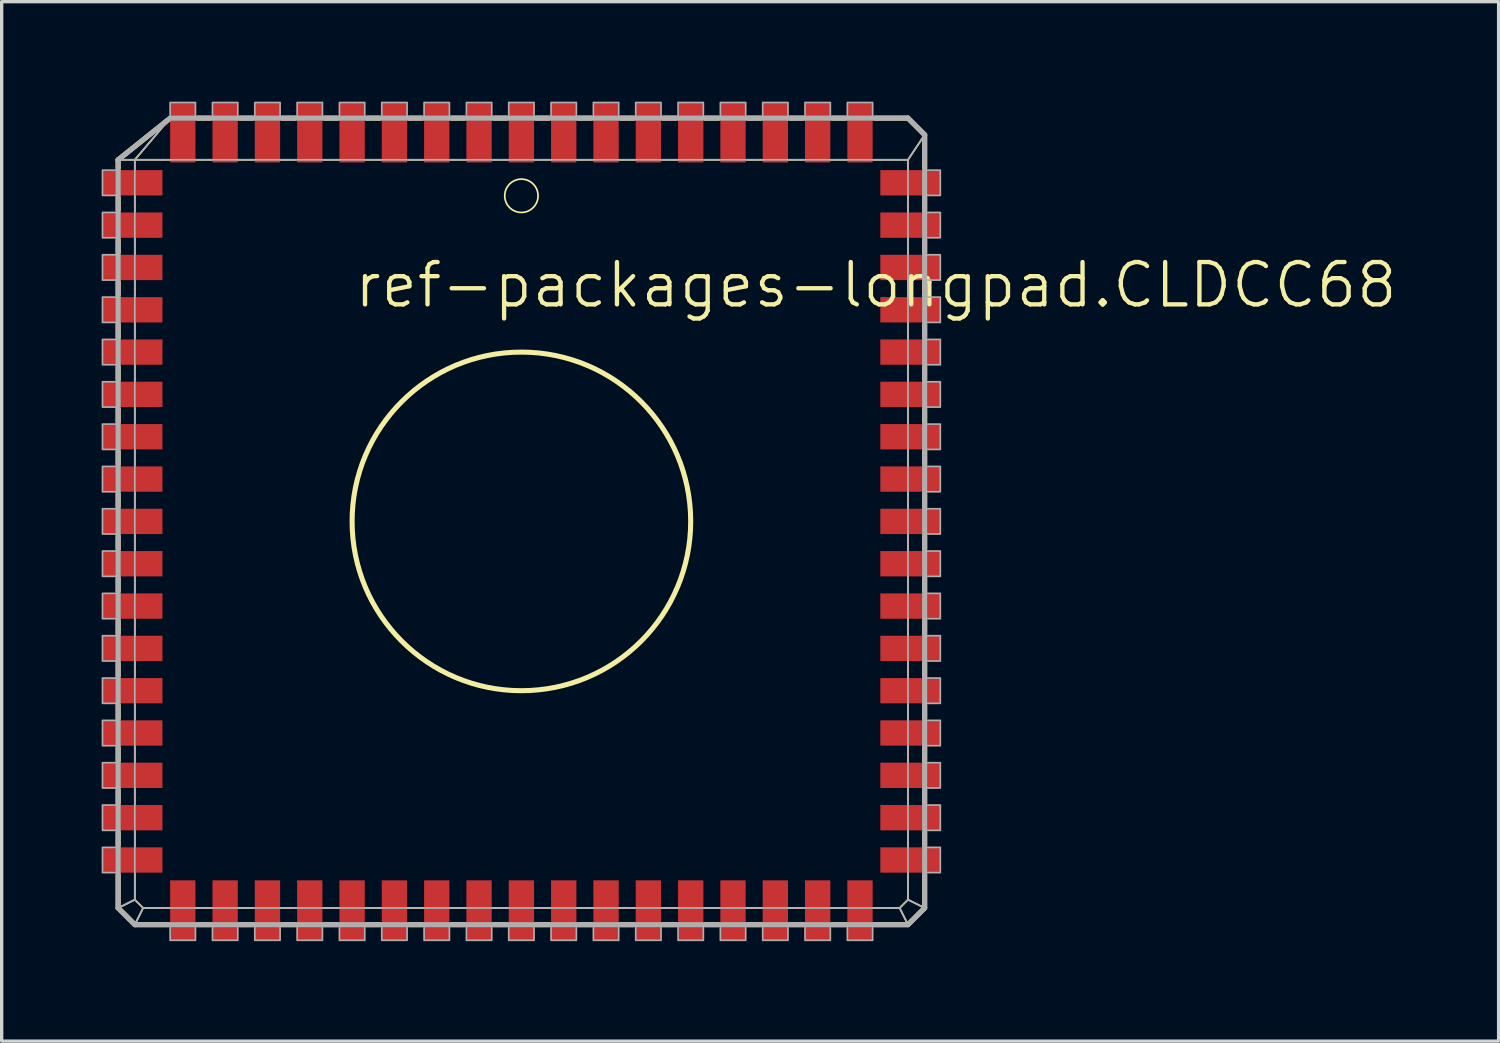
<source format=kicad_pcb>
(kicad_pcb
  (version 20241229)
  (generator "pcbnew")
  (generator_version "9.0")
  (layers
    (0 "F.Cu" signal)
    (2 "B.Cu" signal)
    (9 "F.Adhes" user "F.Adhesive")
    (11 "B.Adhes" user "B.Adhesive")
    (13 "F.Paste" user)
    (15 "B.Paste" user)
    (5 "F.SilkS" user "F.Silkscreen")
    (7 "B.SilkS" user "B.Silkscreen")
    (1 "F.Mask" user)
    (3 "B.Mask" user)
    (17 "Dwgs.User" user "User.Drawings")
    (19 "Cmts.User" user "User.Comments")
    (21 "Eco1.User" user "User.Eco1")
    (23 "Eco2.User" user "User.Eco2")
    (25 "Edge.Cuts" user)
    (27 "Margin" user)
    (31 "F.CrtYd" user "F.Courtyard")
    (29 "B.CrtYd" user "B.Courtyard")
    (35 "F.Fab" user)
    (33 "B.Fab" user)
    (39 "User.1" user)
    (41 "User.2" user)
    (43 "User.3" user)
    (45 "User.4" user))
  (footprint "ref-packages-longpad.CLDCC68"
    (layer "F.Cu")
    (at 12.595 12.595)
    (property "Reference" "ref-packages-longpad.CLDCC68" (at -5.08 -6.35 0) (layer "F.SilkS") (effects (font (size 1.27 1.27) (thickness 0.13)) (justify left bottom)))
    (attr smd)
    (fp_line (start -12.1 -10.85) (end -11.6 -10.85) (stroke (width 0.051) (type default)) (layer "F.SilkS"))
    (fp_line (start -12.1 -10.85) (end -10.6 -12.05) (stroke (width 0.152) (type default)) (layer "F.SilkS"))
    (fp_line (start -12.1 -10.6) (end -12.1 -10.85) (stroke (width 0.152) (type default)) (layer "F.SilkS"))
    (fp_line (start -12.1 -9.33) (end -12.1 -9.72) (stroke (width 0.152) (type default)) (layer "F.SilkS"))
    (fp_line (start -12.1 -8.06) (end -12.1 -8.45) (stroke (width 0.152) (type default)) (layer "F.SilkS"))
    (fp_line (start -12.1 -6.79) (end -12.1 -7.18) (stroke (width 0.152) (type default)) (layer "F.SilkS"))
    (fp_line (start -12.1 -5.52) (end -12.1 -5.91) (stroke (width 0.152) (type default)) (layer "F.SilkS"))
    (fp_line (start -12.1 -4.25) (end -12.1 -4.64) (stroke (width 0.152) (type default)) (layer "F.SilkS"))
    (fp_line (start -12.1 -2.98) (end -12.1 -3.37) (stroke (width 0.152) (type default)) (layer "F.SilkS"))
    (fp_line (start -12.1 -1.71) (end -12.1 -2.1) (stroke (width 0.152) (type default)) (layer "F.SilkS"))
    (fp_line (start -12.1 -0.44) (end -12.1 -0.83) (stroke (width 0.152) (type default)) (layer "F.SilkS"))
    (fp_line (start -12.1 0.83) (end -12.1 0.44) (stroke (width 0.152) (type default)) (layer "F.SilkS"))
    (fp_line (start -12.1 2.1) (end -12.1 1.71) (stroke (width 0.152) (type default)) (layer "F.SilkS"))
    (fp_line (start -12.1 3.37) (end -12.1 2.98) (stroke (width 0.152) (type default)) (layer "F.SilkS"))
    (fp_line (start -12.1 4.64) (end -12.1 4.25) (stroke (width 0.152) (type default)) (layer "F.SilkS"))
    (fp_line (start -12.1 5.91) (end -12.1 5.52) (stroke (width 0.152) (type default)) (layer "F.SilkS"))
    (fp_line (start -12.1 7.18) (end -12.1 6.79) (stroke (width 0.152) (type default)) (layer "F.SilkS"))
    (fp_line (start -12.1 8.45) (end -12.1 8.06) (stroke (width 0.152) (type default)) (layer "F.SilkS"))
    (fp_line (start -12.1 9.72) (end -12.1 9.33) (stroke (width 0.152) (type default)) (layer "F.SilkS"))
    (fp_line (start -12.1 11.6) (end -12.1 10.6) (stroke (width 0.152) (type default)) (layer "F.SilkS"))
    (fp_line (start -12.1 11.6) (end -11.6 11.35) (stroke (width 0.051) (type default)) (layer "F.SilkS"))
    (fp_line (start -11.6 -10.85) (end -10.56 -12.08) (stroke (width 0.051) (type default)) (layer "F.SilkS"))
    (fp_line (start -11.6 -10.85) (end -10.56 -10.85) (stroke (width 0.051) (type default)) (layer "F.SilkS"))
    (fp_line (start -11.6 -10.56) (end -11.6 -10.85) (stroke (width 0.051) (type default)) (layer "F.SilkS"))
    (fp_line (start -11.6 -9.29) (end -11.6 -9.76) (stroke (width 0.051) (type default)) (layer "F.SilkS"))
    (fp_line (start -11.6 -8.02) (end -11.6 -8.49) (stroke (width 0.051) (type default)) (layer "F.SilkS"))
    (fp_line (start -11.6 -6.75) (end -11.6 -7.22) (stroke (width 0.051) (type default)) (layer "F.SilkS"))
    (fp_line (start -11.6 -5.48) (end -11.6 -5.95) (stroke (width 0.051) (type default)) (layer "F.SilkS"))
    (fp_line (start -11.6 -4.21) (end -11.6 -4.68) (stroke (width 0.051) (type default)) (layer "F.SilkS"))
    (fp_line (start -11.6 -2.94) (end -11.6 -3.41) (stroke (width 0.051) (type default)) (layer "F.SilkS"))
    (fp_line (start -11.6 -1.67) (end -11.6 -2.14) (stroke (width 0.051) (type default)) (layer "F.SilkS"))
    (fp_line (start -11.6 -0.4) (end -11.6 -0.87) (stroke (width 0.051) (type default)) (layer "F.SilkS"))
    (fp_line (start -11.6 0.87) (end -11.6 0.4) (stroke (width 0.051) (type default)) (layer "F.SilkS"))
    (fp_line (start -11.6 2.14) (end -11.6 1.67) (stroke (width 0.051) (type default)) (layer "F.SilkS"))
    (fp_line (start -11.6 3.41) (end -11.6 2.94) (stroke (width 0.051) (type default)) (layer "F.SilkS"))
    (fp_line (start -11.6 4.68) (end -11.6 4.21) (stroke (width 0.051) (type default)) (layer "F.SilkS"))
    (fp_line (start -11.6 5.95) (end -11.6 5.48) (stroke (width 0.051) (type default)) (layer "F.SilkS"))
    (fp_line (start -11.6 7.22) (end -11.6 6.75) (stroke (width 0.051) (type default)) (layer "F.SilkS"))
    (fp_line (start -11.6 8.49) (end -11.6 8.02) (stroke (width 0.051) (type default)) (layer "F.SilkS"))
    (fp_line (start -11.6 9.76) (end -11.6 9.29) (stroke (width 0.051) (type default)) (layer "F.SilkS"))
    (fp_line (start -11.6 11.35) (end -11.6 10.56) (stroke (width 0.051) (type default)) (layer "F.SilkS"))
    (fp_line (start -11.6 12.1) (end -12.1 11.6) (stroke (width 0.152) (type default)) (layer "F.SilkS"))
    (fp_line (start -11.6 12.1) (end -11.35 11.6) (stroke (width 0.051) (type default)) (layer "F.SilkS"))
    (fp_line (start -11.35 11.6) (end -11.6 11.35) (stroke (width 0.051) (type default)) (layer "F.SilkS"))
    (fp_line (start -10.6 12.1) (end -11.6 12.1) (stroke (width 0.152) (type default)) (layer "F.SilkS"))
    (fp_line (start -10.56 11.6) (end -11.35 11.6) (stroke (width 0.051) (type default)) (layer "F.SilkS"))
    (fp_line (start -9.76 -10.85) (end -9.29 -10.85) (stroke (width 0.051) (type default)) (layer "F.SilkS"))
    (fp_line (start -9.72 -12.1) (end -9.33 -12.1) (stroke (width 0.152) (type default)) (layer "F.SilkS"))
    (fp_line (start -9.33 12.1) (end -9.72 12.1) (stroke (width 0.152) (type default)) (layer "F.SilkS"))
    (fp_line (start -9.29 11.6) (end -9.76 11.6) (stroke (width 0.051) (type default)) (layer "F.SilkS"))
    (fp_line (start -8.49 -10.85) (end -8.02 -10.85) (stroke (width 0.051) (type default)) (layer "F.SilkS"))
    (fp_line (start -8.45 -12.1) (end -8.06 -12.1) (stroke (width 0.152) (type default)) (layer "F.SilkS"))
    (fp_line (start -8.06 12.1) (end -8.45 12.1) (stroke (width 0.152) (type default)) (layer "F.SilkS"))
    (fp_line (start -8.02 11.6) (end -8.49 11.6) (stroke (width 0.051) (type default)) (layer "F.SilkS"))
    (fp_line (start -7.22 -10.85) (end -6.75 -10.85) (stroke (width 0.051) (type default)) (layer "F.SilkS"))
    (fp_line (start -7.18 -12.1) (end -6.79 -12.1) (stroke (width 0.152) (type default)) (layer "F.SilkS"))
    (fp_line (start -6.79 12.1) (end -7.18 12.1) (stroke (width 0.152) (type default)) (layer "F.SilkS"))
    (fp_line (start -6.75 11.6) (end -7.22 11.6) (stroke (width 0.051) (type default)) (layer "F.SilkS"))
    (fp_line (start -5.95 -10.85) (end -5.48 -10.85) (stroke (width 0.051) (type default)) (layer "F.SilkS"))
    (fp_line (start -5.91 -12.1) (end -5.52 -12.1) (stroke (width 0.152) (type default)) (layer "F.SilkS"))
    (fp_line (start -5.52 12.1) (end -5.91 12.1) (stroke (width 0.152) (type default)) (layer "F.SilkS"))
    (fp_line (start -5.48 11.6) (end -5.95 11.6) (stroke (width 0.051) (type default)) (layer "F.SilkS"))
    (fp_line (start -4.68 -10.85) (end -4.21 -10.85) (stroke (width 0.051) (type default)) (layer "F.SilkS"))
    (fp_line (start -4.64 -12.1) (end -4.25 -12.1) (stroke (width 0.152) (type default)) (layer "F.SilkS"))
    (fp_line (start -4.25 12.1) (end -4.64 12.1) (stroke (width 0.152) (type default)) (layer "F.SilkS"))
    (fp_line (start -4.21 11.6) (end -4.68 11.6) (stroke (width 0.051) (type default)) (layer "F.SilkS"))
    (fp_line (start -3.41 -10.85) (end -2.94 -10.85) (stroke (width 0.051) (type default)) (layer "F.SilkS"))
    (fp_line (start -3.37 -12.1) (end -2.98 -12.1) (stroke (width 0.152) (type default)) (layer "F.SilkS"))
    (fp_line (start -2.98 12.1) (end -3.37 12.1) (stroke (width 0.152) (type default)) (layer "F.SilkS"))
    (fp_line (start -2.94 11.6) (end -3.41 11.6) (stroke (width 0.051) (type default)) (layer "F.SilkS"))
    (fp_line (start -2.14 -10.85) (end -1.67 -10.85) (stroke (width 0.051) (type default)) (layer "F.SilkS"))
    (fp_line (start -2.1 -12.1) (end -1.71 -12.1) (stroke (width 0.152) (type default)) (layer "F.SilkS"))
    (fp_line (start -1.71 12.1) (end -2.1 12.1) (stroke (width 0.152) (type default)) (layer "F.SilkS"))
    (fp_line (start -1.67 11.6) (end -2.14 11.6) (stroke (width 0.051) (type default)) (layer "F.SilkS"))
    (fp_line (start -0.87 -10.85) (end -0.4 -10.85) (stroke (width 0.051) (type default)) (layer "F.SilkS"))
    (fp_line (start -0.83 -12.1) (end -0.44 -12.1) (stroke (width 0.152) (type default)) (layer "F.SilkS"))
    (fp_line (start -0.44 12.1) (end -0.83 12.1) (stroke (width 0.152) (type default)) (layer "F.SilkS"))
    (fp_line (start -0.4 11.6) (end -0.87 11.6) (stroke (width 0.051) (type default)) (layer "F.SilkS"))
    (fp_line (start 0.4 -10.85) (end 0.87 -10.85) (stroke (width 0.051) (type default)) (layer "F.SilkS"))
    (fp_line (start 0.44 -12.1) (end 0.83 -12.1) (stroke (width 0.152) (type default)) (layer "F.SilkS"))
    (fp_line (start 0.83 12.1) (end 0.44 12.1) (stroke (width 0.152) (type default)) (layer "F.SilkS"))
    (fp_line (start 0.87 11.6) (end 0.4 11.6) (stroke (width 0.051) (type default)) (layer "F.SilkS"))
    (fp_line (start 1.67 -10.85) (end 2.14 -10.85) (stroke (width 0.051) (type default)) (layer "F.SilkS"))
    (fp_line (start 1.71 -12.1) (end 2.1 -12.1) (stroke (width 0.152) (type default)) (layer "F.SilkS"))
    (fp_line (start 2.1 12.1) (end 1.71 12.1) (stroke (width 0.152) (type default)) (layer "F.SilkS"))
    (fp_line (start 2.14 11.6) (end 1.67 11.6) (stroke (width 0.051) (type default)) (layer "F.SilkS"))
    (fp_line (start 2.94 -10.85) (end 3.41 -10.85) (stroke (width 0.051) (type default)) (layer "F.SilkS"))
    (fp_line (start 2.98 -12.1) (end 3.37 -12.1) (stroke (width 0.152) (type default)) (layer "F.SilkS"))
    (fp_line (start 3.37 12.1) (end 2.98 12.1) (stroke (width 0.152) (type default)) (layer "F.SilkS"))
    (fp_line (start 3.41 11.6) (end 2.94 11.6) (stroke (width 0.051) (type default)) (layer "F.SilkS"))
    (fp_line (start 4.21 -10.85) (end 4.68 -10.85) (stroke (width 0.051) (type default)) (layer "F.SilkS"))
    (fp_line (start 4.25 -12.1) (end 4.64 -12.1) (stroke (width 0.152) (type default)) (layer "F.SilkS"))
    (fp_line (start 4.64 12.1) (end 4.25 12.1) (stroke (width 0.152) (type default)) (layer "F.SilkS"))
    (fp_line (start 4.68 11.6) (end 4.21 11.6) (stroke (width 0.051) (type default)) (layer "F.SilkS"))
    (fp_line (start 5.48 -10.85) (end 5.95 -10.85) (stroke (width 0.051) (type default)) (layer "F.SilkS"))
    (fp_line (start 5.52 -12.1) (end 5.91 -12.1) (stroke (width 0.152) (type default)) (layer "F.SilkS"))
    (fp_line (start 5.91 12.1) (end 5.52 12.1) (stroke (width 0.152) (type default)) (layer "F.SilkS"))
    (fp_line (start 5.95 11.6) (end 5.48 11.6) (stroke (width 0.051) (type default)) (layer "F.SilkS"))
    (fp_line (start 6.75 -10.85) (end 7.22 -10.85) (stroke (width 0.051) (type default)) (layer "F.SilkS"))
    (fp_line (start 6.79 -12.1) (end 7.18 -12.1) (stroke (width 0.152) (type default)) (layer "F.SilkS"))
    (fp_line (start 7.18 12.1) (end 6.79 12.1) (stroke (width 0.152) (type default)) (layer "F.SilkS"))
    (fp_line (start 7.22 11.6) (end 6.75 11.6) (stroke (width 0.051) (type default)) (layer "F.SilkS"))
    (fp_line (start 8.02 -10.85) (end 8.49 -10.85) (stroke (width 0.051) (type default)) (layer "F.SilkS"))
    (fp_line (start 8.06 -12.1) (end 8.45 -12.1) (stroke (width 0.152) (type default)) (layer "F.SilkS"))
    (fp_line (start 8.45 12.1) (end 8.06 12.1) (stroke (width 0.152) (type default)) (layer "F.SilkS"))
    (fp_line (start 8.49 11.6) (end 8.02 11.6) (stroke (width 0.051) (type default)) (layer "F.SilkS"))
    (fp_line (start 9.29 -10.85) (end 9.76 -10.85) (stroke (width 0.051) (type default)) (layer "F.SilkS"))
    (fp_line (start 9.33 -12.1) (end 9.72 -12.1) (stroke (width 0.152) (type default)) (layer "F.SilkS"))
    (fp_line (start 9.72 12.1) (end 9.33 12.1) (stroke (width 0.152) (type default)) (layer "F.SilkS"))
    (fp_line (start 9.76 11.6) (end 9.29 11.6) (stroke (width 0.051) (type default)) (layer "F.SilkS"))
    (fp_line (start 10.56 -10.85) (end 11.6 -10.85) (stroke (width 0.051) (type default)) (layer "F.SilkS"))
    (fp_line (start 10.6 -12.1) (end 11.6 -12.1) (stroke (width 0.152) (type default)) (layer "F.SilkS"))
    (fp_line (start 11.35 11.6) (end 10.56 11.6) (stroke (width 0.051) (type default)) (layer "F.SilkS"))
    (fp_line (start 11.35 11.6) (end 11.6 12.1) (stroke (width 0.051) (type default)) (layer "F.SilkS"))
    (fp_line (start 11.6 -12.1) (end 12.1 -11.6) (stroke (width 0.152) (type default)) (layer "F.SilkS"))
    (fp_line (start 11.6 -10.85) (end 11.6 -10.56) (stroke (width 0.051) (type default)) (layer "F.SilkS"))
    (fp_line (start 11.6 -9.76) (end 11.6 -9.29) (stroke (width 0.051) (type default)) (layer "F.SilkS"))
    (fp_line (start 11.6 -8.49) (end 11.6 -8.02) (stroke (width 0.051) (type default)) (layer "F.SilkS"))
    (fp_line (start 11.6 -7.22) (end 11.6 -6.75) (stroke (width 0.051) (type default)) (layer "F.SilkS"))
    (fp_line (start 11.6 -5.95) (end 11.6 -5.48) (stroke (width 0.051) (type default)) (layer "F.SilkS"))
    (fp_line (start 11.6 -4.68) (end 11.6 -4.21) (stroke (width 0.051) (type default)) (layer "F.SilkS"))
    (fp_line (start 11.6 -3.41) (end 11.6 -2.94) (stroke (width 0.051) (type default)) (layer "F.SilkS"))
    (fp_line (start 11.6 -2.14) (end 11.6 -1.67) (stroke (width 0.051) (type default)) (layer "F.SilkS"))
    (fp_line (start 11.6 -0.87) (end 11.6 -0.4) (stroke (width 0.051) (type default)) (layer "F.SilkS"))
    (fp_line (start 11.6 0.4) (end 11.6 0.87) (stroke (width 0.051) (type default)) (layer "F.SilkS"))
    (fp_line (start 11.6 1.67) (end 11.6 2.14) (stroke (width 0.051) (type default)) (layer "F.SilkS"))
    (fp_line (start 11.6 2.94) (end 11.6 3.41) (stroke (width 0.051) (type default)) (layer "F.SilkS"))
    (fp_line (start 11.6 4.21) (end 11.6 4.68) (stroke (width 0.051) (type default)) (layer "F.SilkS"))
    (fp_line (start 11.6 5.48) (end 11.6 5.95) (stroke (width 0.051) (type default)) (layer "F.SilkS"))
    (fp_line (start 11.6 6.75) (end 11.6 7.22) (stroke (width 0.051) (type default)) (layer "F.SilkS"))
    (fp_line (start 11.6 8.02) (end 11.6 8.49) (stroke (width 0.051) (type default)) (layer "F.SilkS"))
    (fp_line (start 11.6 9.29) (end 11.6 9.76) (stroke (width 0.051) (type default)) (layer "F.SilkS"))
    (fp_line (start 11.6 10.56) (end 11.6 11.35) (stroke (width 0.051) (type default)) (layer "F.SilkS"))
    (fp_line (start 11.6 11.35) (end 11.35 11.6) (stroke (width 0.051) (type default)) (layer "F.SilkS"))
    (fp_line (start 11.6 11.35) (end 12.1 11.6) (stroke (width 0.051) (type default)) (layer "F.SilkS"))
    (fp_line (start 11.6 12.1) (end 10.6 12.1) (stroke (width 0.152) (type default)) (layer "F.SilkS"))
    (fp_line (start 12.1 -11.6) (end 11.6 -10.85) (stroke (width 0.051) (type default)) (layer "F.SilkS"))
    (fp_line (start 12.1 -11.6) (end 12.1 -10.6) (stroke (width 0.152) (type default)) (layer "F.SilkS"))
    (fp_line (start 12.1 -9.72) (end 12.1 -9.33) (stroke (width 0.152) (type default)) (layer "F.SilkS"))
    (fp_line (start 12.1 -8.45) (end 12.1 -8.06) (stroke (width 0.152) (type default)) (layer "F.SilkS"))
    (fp_line (start 12.1 -7.18) (end 12.1 -6.79) (stroke (width 0.152) (type default)) (layer "F.SilkS"))
    (fp_line (start 12.1 -5.91) (end 12.1 -5.52) (stroke (width 0.152) (type default)) (layer "F.SilkS"))
    (fp_line (start 12.1 -4.64) (end 12.1 -4.25) (stroke (width 0.152) (type default)) (layer "F.SilkS"))
    (fp_line (start 12.1 -3.37) (end 12.1 -2.98) (stroke (width 0.152) (type default)) (layer "F.SilkS"))
    (fp_line (start 12.1 -2.1) (end 12.1 -1.71) (stroke (width 0.152) (type default)) (layer "F.SilkS"))
    (fp_line (start 12.1 -0.83) (end 12.1 -0.44) (stroke (width 0.152) (type default)) (layer "F.SilkS"))
    (fp_line (start 12.1 0.44) (end 12.1 0.83) (stroke (width 0.152) (type default)) (layer "F.SilkS"))
    (fp_line (start 12.1 1.71) (end 12.1 2.1) (stroke (width 0.152) (type default)) (layer "F.SilkS"))
    (fp_line (start 12.1 2.98) (end 12.1 3.37) (stroke (width 0.152) (type default)) (layer "F.SilkS"))
    (fp_line (start 12.1 4.25) (end 12.1 4.64) (stroke (width 0.152) (type default)) (layer "F.SilkS"))
    (fp_line (start 12.1 5.52) (end 12.1 5.91) (stroke (width 0.152) (type default)) (layer "F.SilkS"))
    (fp_line (start 12.1 6.79) (end 12.1 7.18) (stroke (width 0.152) (type default)) (layer "F.SilkS"))
    (fp_line (start 12.1 8.06) (end 12.1 8.45) (stroke (width 0.152) (type default)) (layer "F.SilkS"))
    (fp_line (start 12.1 9.33) (end 12.1 9.72) (stroke (width 0.152) (type default)) (layer "F.SilkS"))
    (fp_line (start 12.1 10.6) (end 12.1 11.6) (stroke (width 0.152) (type default)) (layer "F.SilkS"))
    (fp_line (start 12.1 11.6) (end 11.6 12.1) (stroke (width 0.152) (type default)) (layer "F.SilkS"))
    (fp_circle (center 0 -9.77) (end 0.5 -9.77) (stroke (width 0.051) (type default)) (fill no) (layer "F.SilkS"))
    (fp_circle (center 0 0) (end 5.08 0) (stroke (width 0.152) (type default)) (fill no) (layer "F.SilkS"))
    (fp_line (start -12.1 -10.85) (end -11.6 -10.85) (stroke (width 0.051) (type default)) (layer "F.Fab"))
    (fp_line (start -12.1 -10.85) (end -10.54 -12.1) (stroke (width 0.152) (type default)) (layer "F.Fab"))
    (fp_line (start -12.1 11.6) (end -12.1 -10.85) (stroke (width 0.152) (type default)) (layer "F.Fab"))
    (fp_line (start -12.1 11.6) (end -11.6 11.35) (stroke (width 0.051) (type default)) (layer "F.Fab"))
    (fp_line (start -11.6 -10.85) (end -10.54 -12.1) (stroke (width 0.051) (type default)) (layer "F.Fab"))
    (fp_line (start -11.6 -10.85) (end 11.6 -10.85) (stroke (width 0.051) (type default)) (layer "F.Fab"))
    (fp_line (start -11.6 11.35) (end -11.6 -10.85) (stroke (width 0.051) (type default)) (layer "F.Fab"))
    (fp_line (start -11.6 12.1) (end -12.1 11.6) (stroke (width 0.152) (type default)) (layer "F.Fab"))
    (fp_line (start -11.6 12.1) (end -11.35 11.6) (stroke (width 0.051) (type default)) (layer "F.Fab"))
    (fp_line (start -11.35 11.6) (end -11.6 11.35) (stroke (width 0.051) (type default)) (layer "F.Fab"))
    (fp_line (start -10.54 -12.1) (end 11.6 -12.1) (stroke (width 0.152) (type default)) (layer "F.Fab"))
    (fp_line (start 11.35 11.6) (end -11.35 11.6) (stroke (width 0.051) (type default)) (layer "F.Fab"))
    (fp_line (start 11.35 11.6) (end 11.6 12.1) (stroke (width 0.051) (type default)) (layer "F.Fab"))
    (fp_line (start 11.6 -12.1) (end 12.1 -11.6) (stroke (width 0.152) (type default)) (layer "F.Fab"))
    (fp_line (start 11.6 -10.85) (end 11.6 11.35) (stroke (width 0.051) (type default)) (layer "F.Fab"))
    (fp_line (start 11.6 11.35) (end 11.35 11.6) (stroke (width 0.051) (type default)) (layer "F.Fab"))
    (fp_line (start 11.6 11.35) (end 12.1 11.6) (stroke (width 0.051) (type default)) (layer "F.Fab"))
    (fp_line (start 11.6 12.1) (end -11.6 12.1) (stroke (width 0.152) (type default)) (layer "F.Fab"))
    (fp_line (start 12.1 -11.6) (end 11.6 -10.85) (stroke (width 0.051) (type default)) (layer "F.Fab"))
    (fp_line (start 12.1 -11.6) (end 12.1 11.6) (stroke (width 0.152) (type default)) (layer "F.Fab"))
    (fp_line (start 12.1 11.6) (end 11.6 12.1) (stroke (width 0.152) (type default)) (layer "F.Fab"))
    (fp_rect (start -12.57 -9.78) (end -12.1 -10.54) (stroke (width 0.05) (type default)) (fill no) (layer "F.Fab"))
    (fp_rect (start -12.57 -8.51) (end -12.1 -9.27) (stroke (width 0.05) (type default)) (fill no) (layer "F.Fab"))
    (fp_rect (start -12.57 -7.24) (end -12.1 -8) (stroke (width 0.05) (type default)) (fill no) (layer "F.Fab"))
    (fp_rect (start -12.57 -5.97) (end -12.1 -6.73) (stroke (width 0.05) (type default)) (fill no) (layer "F.Fab"))
    (fp_rect (start -12.57 -4.7) (end -12.1 -5.46) (stroke (width 0.05) (type default)) (fill no) (layer "F.Fab"))
    (fp_rect (start -12.57 -3.43) (end -12.1 -4.19) (stroke (width 0.05) (type default)) (fill no) (layer "F.Fab"))
    (fp_rect (start -12.57 -2.16) (end -12.1 -2.92) (stroke (width 0.05) (type default)) (fill no) (layer "F.Fab"))
    (fp_rect (start -12.57 -0.89) (end -12.1 -1.65) (stroke (width 0.05) (type default)) (fill no) (layer "F.Fab"))
    (fp_rect (start -12.57 0.38) (end -12.1 -0.38) (stroke (width 0.05) (type default)) (fill no) (layer "F.Fab"))
    (fp_rect (start -12.57 1.65) (end -12.1 0.89) (stroke (width 0.05) (type default)) (fill no) (layer "F.Fab"))
    (fp_rect (start -12.57 2.92) (end -12.1 2.16) (stroke (width 0.05) (type default)) (fill no) (layer "F.Fab"))
    (fp_rect (start -12.57 4.19) (end -12.1 3.43) (stroke (width 0.05) (type default)) (fill no) (layer "F.Fab"))
    (fp_rect (start -12.57 5.46) (end -12.1 4.7) (stroke (width 0.05) (type default)) (fill no) (layer "F.Fab"))
    (fp_rect (start -12.57 6.73) (end -12.1 5.97) (stroke (width 0.05) (type default)) (fill no) (layer "F.Fab"))
    (fp_rect (start -12.57 8) (end -12.1 7.24) (stroke (width 0.05) (type default)) (fill no) (layer "F.Fab"))
    (fp_rect (start -12.57 9.27) (end -12.1 8.51) (stroke (width 0.05) (type default)) (fill no) (layer "F.Fab"))
    (fp_rect (start -12.57 10.54) (end -12.1 9.78) (stroke (width 0.05) (type default)) (fill no) (layer "F.Fab"))
    (fp_rect (start -10.54 -12.1) (end -9.78 -12.57) (stroke (width 0.05) (type default)) (fill no) (layer "F.Fab"))
    (fp_rect (start -10.54 12.57) (end -9.78 12.1) (stroke (width 0.05) (type default)) (fill no) (layer "F.Fab"))
    (fp_rect (start -9.27 -12.1) (end -8.51 -12.57) (stroke (width 0.05) (type default)) (fill no) (layer "F.Fab"))
    (fp_rect (start -9.27 12.57) (end -8.51 12.1) (stroke (width 0.05) (type default)) (fill no) (layer "F.Fab"))
    (fp_rect (start -8 -12.1) (end -7.24 -12.57) (stroke (width 0.05) (type default)) (fill no) (layer "F.Fab"))
    (fp_rect (start -8 12.57) (end -7.24 12.1) (stroke (width 0.05) (type default)) (fill no) (layer "F.Fab"))
    (fp_rect (start -6.73 -12.1) (end -5.97 -12.57) (stroke (width 0.05) (type default)) (fill no) (layer "F.Fab"))
    (fp_rect (start -6.73 12.57) (end -5.97 12.1) (stroke (width 0.05) (type default)) (fill no) (layer "F.Fab"))
    (fp_rect (start -5.46 -12.1) (end -4.7 -12.57) (stroke (width 0.05) (type default)) (fill no) (layer "F.Fab"))
    (fp_rect (start -5.46 12.57) (end -4.7 12.1) (stroke (width 0.05) (type default)) (fill no) (layer "F.Fab"))
    (fp_rect (start -4.19 -12.1) (end -3.43 -12.57) (stroke (width 0.05) (type default)) (fill no) (layer "F.Fab"))
    (fp_rect (start -4.19 12.57) (end -3.43 12.1) (stroke (width 0.05) (type default)) (fill no) (layer "F.Fab"))
    (fp_rect (start -2.92 -12.1) (end -2.16 -12.57) (stroke (width 0.05) (type default)) (fill no) (layer "F.Fab"))
    (fp_rect (start -2.92 12.57) (end -2.16 12.1) (stroke (width 0.05) (type default)) (fill no) (layer "F.Fab"))
    (fp_rect (start -1.65 -12.1) (end -0.89 -12.57) (stroke (width 0.05) (type default)) (fill no) (layer "F.Fab"))
    (fp_rect (start -1.65 12.57) (end -0.89 12.1) (stroke (width 0.05) (type default)) (fill no) (layer "F.Fab"))
    (fp_rect (start -0.38 -12.1) (end 0.38 -12.57) (stroke (width 0.05) (type default)) (fill no) (layer "F.Fab"))
    (fp_rect (start -0.38 12.57) (end 0.38 12.1) (stroke (width 0.05) (type default)) (fill no) (layer "F.Fab"))
    (fp_rect (start 0.89 -12.1) (end 1.65 -12.57) (stroke (width 0.05) (type default)) (fill no) (layer "F.Fab"))
    (fp_rect (start 0.89 12.57) (end 1.65 12.1) (stroke (width 0.05) (type default)) (fill no) (layer "F.Fab"))
    (fp_rect (start 2.16 -12.1) (end 2.92 -12.57) (stroke (width 0.05) (type default)) (fill no) (layer "F.Fab"))
    (fp_rect (start 2.16 12.57) (end 2.92 12.1) (stroke (width 0.05) (type default)) (fill no) (layer "F.Fab"))
    (fp_rect (start 3.43 -12.1) (end 4.19 -12.57) (stroke (width 0.05) (type default)) (fill no) (layer "F.Fab"))
    (fp_rect (start 3.43 12.57) (end 4.19 12.1) (stroke (width 0.05) (type default)) (fill no) (layer "F.Fab"))
    (fp_rect (start 4.7 -12.1) (end 5.46 -12.57) (stroke (width 0.05) (type default)) (fill no) (layer "F.Fab"))
    (fp_rect (start 4.7 12.57) (end 5.46 12.1) (stroke (width 0.05) (type default)) (fill no) (layer "F.Fab"))
    (fp_rect (start 5.97 -12.1) (end 6.73 -12.57) (stroke (width 0.05) (type default)) (fill no) (layer "F.Fab"))
    (fp_rect (start 5.97 12.57) (end 6.73 12.1) (stroke (width 0.05) (type default)) (fill no) (layer "F.Fab"))
    (fp_rect (start 7.24 -12.1) (end 8 -12.57) (stroke (width 0.05) (type default)) (fill no) (layer "F.Fab"))
    (fp_rect (start 7.24 12.57) (end 8 12.1) (stroke (width 0.05) (type default)) (fill no) (layer "F.Fab"))
    (fp_rect (start 8.51 -12.1) (end 9.27 -12.57) (stroke (width 0.05) (type default)) (fill no) (layer "F.Fab"))
    (fp_rect (start 8.51 12.57) (end 9.27 12.1) (stroke (width 0.05) (type default)) (fill no) (layer "F.Fab"))
    (fp_rect (start 9.78 -12.1) (end 10.54 -12.57) (stroke (width 0.05) (type default)) (fill no) (layer "F.Fab"))
    (fp_rect (start 9.78 12.57) (end 10.54 12.1) (stroke (width 0.05) (type default)) (fill no) (layer "F.Fab"))
    (fp_rect (start 12.1 -9.78) (end 12.57 -10.54) (stroke (width 0.05) (type default)) (fill no) (layer "F.Fab"))
    (fp_rect (start 12.1 -8.51) (end 12.57 -9.27) (stroke (width 0.05) (type default)) (fill no) (layer "F.Fab"))
    (fp_rect (start 12.1 -7.24) (end 12.57 -8) (stroke (width 0.05) (type default)) (fill no) (layer "F.Fab"))
    (fp_rect (start 12.1 -5.97) (end 12.57 -6.73) (stroke (width 0.05) (type default)) (fill no) (layer "F.Fab"))
    (fp_rect (start 12.1 -4.7) (end 12.57 -5.46) (stroke (width 0.05) (type default)) (fill no) (layer "F.Fab"))
    (fp_rect (start 12.1 -3.43) (end 12.57 -4.19) (stroke (width 0.05) (type default)) (fill no) (layer "F.Fab"))
    (fp_rect (start 12.1 -2.16) (end 12.57 -2.92) (stroke (width 0.05) (type default)) (fill no) (layer "F.Fab"))
    (fp_rect (start 12.1 -0.89) (end 12.57 -1.65) (stroke (width 0.05) (type default)) (fill no) (layer "F.Fab"))
    (fp_rect (start 12.1 0.38) (end 12.57 -0.38) (stroke (width 0.05) (type default)) (fill no) (layer "F.Fab"))
    (fp_rect (start 12.1 1.65) (end 12.57 0.89) (stroke (width 0.05) (type default)) (fill no) (layer "F.Fab"))
    (fp_rect (start 12.1 2.92) (end 12.57 2.16) (stroke (width 0.05) (type default)) (fill no) (layer "F.Fab"))
    (fp_rect (start 12.1 4.19) (end 12.57 3.43) (stroke (width 0.05) (type default)) (fill no) (layer "F.Fab"))
    (fp_rect (start 12.1 5.46) (end 12.57 4.7) (stroke (width 0.05) (type default)) (fill no) (layer "F.Fab"))
    (fp_rect (start 12.1 6.73) (end 12.57 5.97) (stroke (width 0.05) (type default)) (fill no) (layer "F.Fab"))
    (fp_rect (start 12.1 8) (end 12.57 7.24) (stroke (width 0.05) (type default)) (fill no) (layer "F.Fab"))
    (fp_rect (start 12.1 9.27) (end 12.57 8.51) (stroke (width 0.05) (type default)) (fill no) (layer "F.Fab"))
    (fp_rect (start 12.1 10.54) (end 12.57 9.78) (stroke (width 0.05) (type default)) (fill no) (layer "F.Fab"))
    (pad "1" smd roundrect (at 0 -11.67) (size 0.76 1.8) (layers "F.Cu" "F.Mask" "F.Paste") (roundrect_rratio 0.01))
    (pad "2" smd roundrect (at -1.27 -11.67) (size 0.76 1.8) (layers "F.Cu" "F.Mask" "F.Paste") (roundrect_rratio 0.01))
    (pad "3" smd roundrect (at -2.54 -11.67) (size 0.76 1.8) (layers "F.Cu" "F.Mask" "F.Paste") (roundrect_rratio 0.01))
    (pad "4" smd roundrect (at -3.81 -11.67) (size 0.76 1.8) (layers "F.Cu" "F.Mask" "F.Paste") (roundrect_rratio 0.01))
    (pad "5" smd roundrect (at -5.08 -11.67) (size 0.76 1.8) (layers "F.Cu" "F.Mask" "F.Paste") (roundrect_rratio 0.01))
    (pad "6" smd roundrect (at -6.35 -11.67) (size 0.76 1.8) (layers "F.Cu" "F.Mask" "F.Paste") (roundrect_rratio 0.01))
    (pad "7" smd roundrect (at -7.62 -11.67) (size 0.76 1.8) (layers "F.Cu" "F.Mask" "F.Paste") (roundrect_rratio 0.01))
    (pad "8" smd roundrect (at -8.89 -11.67) (size 0.76 1.8) (layers "F.Cu" "F.Mask" "F.Paste") (roundrect_rratio 0.01))
    (pad "9" smd roundrect (at -10.16 -11.67) (size 0.76 1.8) (layers "F.Cu" "F.Mask" "F.Paste") (roundrect_rratio 0.01))
    (pad "10" smd roundrect (at -11.67 -10.16) (size 1.8 0.76) (layers "F.Cu" "F.Mask" "F.Paste") (roundrect_rratio 0.01))
    (pad "11" smd roundrect (at -11.67 -8.89) (size 1.8 0.76) (layers "F.Cu" "F.Mask" "F.Paste") (roundrect_rratio 0.01))
    (pad "12" smd roundrect (at -11.67 -7.62) (size 1.8 0.76) (layers "F.Cu" "F.Mask" "F.Paste") (roundrect_rratio 0.01))
    (pad "13" smd roundrect (at -11.67 -6.35) (size 1.8 0.76) (layers "F.Cu" "F.Mask" "F.Paste") (roundrect_rratio 0.01))
    (pad "14" smd roundrect (at -11.67 -5.08) (size 1.8 0.76) (layers "F.Cu" "F.Mask" "F.Paste") (roundrect_rratio 0.01))
    (pad "15" smd roundrect (at -11.67 -3.81) (size 1.8 0.76) (layers "F.Cu" "F.Mask" "F.Paste") (roundrect_rratio 0.01))
    (pad "16" smd roundrect (at -11.67 -2.54) (size 1.8 0.76) (layers "F.Cu" "F.Mask" "F.Paste") (roundrect_rratio 0.01))
    (pad "17" smd roundrect (at -11.67 -1.27) (size 1.8 0.76) (layers "F.Cu" "F.Mask" "F.Paste") (roundrect_rratio 0.01))
    (pad "18" smd roundrect (at -11.67 0) (size 1.8 0.76) (layers "F.Cu" "F.Mask" "F.Paste") (roundrect_rratio 0.01))
    (pad "19" smd roundrect (at -11.67 1.27) (size 1.8 0.76) (layers "F.Cu" "F.Mask" "F.Paste") (roundrect_rratio 0.01))
    (pad "20" smd roundrect (at -11.67 2.54) (size 1.8 0.76) (layers "F.Cu" "F.Mask" "F.Paste") (roundrect_rratio 0.01))
    (pad "21" smd roundrect (at -11.67 3.81) (size 1.8 0.76) (layers "F.Cu" "F.Mask" "F.Paste") (roundrect_rratio 0.01))
    (pad "22" smd roundrect (at -11.67 5.08) (size 1.8 0.76) (layers "F.Cu" "F.Mask" "F.Paste") (roundrect_rratio 0.01))
    (pad "23" smd roundrect (at -11.67 6.35) (size 1.8 0.76) (layers "F.Cu" "F.Mask" "F.Paste") (roundrect_rratio 0.01))
    (pad "24" smd roundrect (at -11.67 7.62) (size 1.8 0.76) (layers "F.Cu" "F.Mask" "F.Paste") (roundrect_rratio 0.01))
    (pad "25" smd roundrect (at -11.67 8.89) (size 1.8 0.76) (layers "F.Cu" "F.Mask" "F.Paste") (roundrect_rratio 0.01))
    (pad "26" smd roundrect (at -11.67 10.16) (size 1.8 0.76) (layers "F.Cu" "F.Mask" "F.Paste") (roundrect_rratio 0.01))
    (pad "27" smd roundrect (at -10.16 11.67) (size 0.76 1.8) (layers "F.Cu" "F.Mask" "F.Paste") (roundrect_rratio 0.01))
    (pad "28" smd roundrect (at -8.89 11.67) (size 0.76 1.8) (layers "F.Cu" "F.Mask" "F.Paste") (roundrect_rratio 0.01))
    (pad "29" smd roundrect (at -7.62 11.67) (size 0.76 1.8) (layers "F.Cu" "F.Mask" "F.Paste") (roundrect_rratio 0.01))
    (pad "30" smd roundrect (at -6.35 11.67) (size 0.76 1.8) (layers "F.Cu" "F.Mask" "F.Paste") (roundrect_rratio 0.01))
    (pad "31" smd roundrect (at -5.08 11.67) (size 0.76 1.8) (layers "F.Cu" "F.Mask" "F.Paste") (roundrect_rratio 0.01))
    (pad "32" smd roundrect (at -3.81 11.67) (size 0.76 1.8) (layers "F.Cu" "F.Mask" "F.Paste") (roundrect_rratio 0.01))
    (pad "33" smd roundrect (at -2.54 11.67) (size 0.76 1.8) (layers "F.Cu" "F.Mask" "F.Paste") (roundrect_rratio 0.01))
    (pad "34" smd roundrect (at -1.27 11.67) (size 0.76 1.8) (layers "F.Cu" "F.Mask" "F.Paste") (roundrect_rratio 0.01))
    (pad "35" smd roundrect (at 0 11.67) (size 0.76 1.8) (layers "F.Cu" "F.Mask" "F.Paste") (roundrect_rratio 0.01))
    (pad "36" smd roundrect (at 1.27 11.67) (size 0.76 1.8) (layers "F.Cu" "F.Mask" "F.Paste") (roundrect_rratio 0.01))
    (pad "37" smd roundrect (at 2.54 11.67) (size 0.76 1.8) (layers "F.Cu" "F.Mask" "F.Paste") (roundrect_rratio 0.01))
    (pad "38" smd roundrect (at 3.81 11.67) (size 0.76 1.8) (layers "F.Cu" "F.Mask" "F.Paste") (roundrect_rratio 0.01))
    (pad "39" smd roundrect (at 5.08 11.67) (size 0.76 1.8) (layers "F.Cu" "F.Mask" "F.Paste") (roundrect_rratio 0.01))
    (pad "40" smd roundrect (at 6.35 11.67) (size 0.76 1.8) (layers "F.Cu" "F.Mask" "F.Paste") (roundrect_rratio 0.01))
    (pad "41" smd roundrect (at 7.62 11.67) (size 0.76 1.8) (layers "F.Cu" "F.Mask" "F.Paste") (roundrect_rratio 0.01))
    (pad "42" smd roundrect (at 8.89 11.67) (size 0.76 1.8) (layers "F.Cu" "F.Mask" "F.Paste") (roundrect_rratio 0.01))
    (pad "43" smd roundrect (at 10.16 11.67) (size 0.76 1.8) (layers "F.Cu" "F.Mask" "F.Paste") (roundrect_rratio 0.01))
    (pad "44" smd roundrect (at 11.67 10.16) (size 1.8 0.76) (layers "F.Cu" "F.Mask" "F.Paste") (roundrect_rratio 0.01))
    (pad "45" smd roundrect (at 11.67 8.89) (size 1.8 0.76) (layers "F.Cu" "F.Mask" "F.Paste") (roundrect_rratio 0.01))
    (pad "46" smd roundrect (at 11.67 7.62) (size 1.8 0.76) (layers "F.Cu" "F.Mask" "F.Paste") (roundrect_rratio 0.01))
    (pad "47" smd roundrect (at 11.67 6.35) (size 1.8 0.76) (layers "F.Cu" "F.Mask" "F.Paste") (roundrect_rratio 0.01))
    (pad "48" smd roundrect (at 11.67 5.08) (size 1.8 0.76) (layers "F.Cu" "F.Mask" "F.Paste") (roundrect_rratio 0.01))
    (pad "49" smd roundrect (at 11.67 3.81) (size 1.8 0.76) (layers "F.Cu" "F.Mask" "F.Paste") (roundrect_rratio 0.01))
    (pad "50" smd roundrect (at 11.67 2.54) (size 1.8 0.76) (layers "F.Cu" "F.Mask" "F.Paste") (roundrect_rratio 0.01))
    (pad "51" smd roundrect (at 11.67 1.27) (size 1.8 0.76) (layers "F.Cu" "F.Mask" "F.Paste") (roundrect_rratio 0.01))
    (pad "52" smd roundrect (at 11.67 0) (size 1.8 0.76) (layers "F.Cu" "F.Mask" "F.Paste") (roundrect_rratio 0.01))
    (pad "53" smd roundrect (at 11.67 -1.27) (size 1.8 0.76) (layers "F.Cu" "F.Mask" "F.Paste") (roundrect_rratio 0.01))
    (pad "54" smd roundrect (at 11.67 -2.54) (size 1.8 0.76) (layers "F.Cu" "F.Mask" "F.Paste") (roundrect_rratio 0.01))
    (pad "55" smd roundrect (at 11.67 -3.81) (size 1.8 0.76) (layers "F.Cu" "F.Mask" "F.Paste") (roundrect_rratio 0.01))
    (pad "56" smd roundrect (at 11.67 -5.08) (size 1.8 0.76) (layers "F.Cu" "F.Mask" "F.Paste") (roundrect_rratio 0.01))
    (pad "57" smd roundrect (at 11.67 -6.35) (size 1.8 0.76) (layers "F.Cu" "F.Mask" "F.Paste") (roundrect_rratio 0.01))
    (pad "58" smd roundrect (at 11.67 -7.62) (size 1.8 0.76) (layers "F.Cu" "F.Mask" "F.Paste") (roundrect_rratio 0.01))
    (pad "59" smd roundrect (at 11.67 -8.89) (size 1.8 0.76) (layers "F.Cu" "F.Mask" "F.Paste") (roundrect_rratio 0.01))
    (pad "60" smd roundrect (at 11.67 -10.16) (size 1.8 0.76) (layers "F.Cu" "F.Mask" "F.Paste") (roundrect_rratio 0.01))
    (pad "61" smd roundrect (at 10.16 -11.67) (size 0.76 1.8) (layers "F.Cu" "F.Mask" "F.Paste") (roundrect_rratio 0.01))
    (pad "62" smd roundrect (at 8.89 -11.67) (size 0.76 1.8) (layers "F.Cu" "F.Mask" "F.Paste") (roundrect_rratio 0.01))
    (pad "63" smd roundrect (at 7.62 -11.67) (size 0.76 1.8) (layers "F.Cu" "F.Mask" "F.Paste") (roundrect_rratio 0.01))
    (pad "64" smd roundrect (at 6.35 -11.67) (size 0.76 1.8) (layers "F.Cu" "F.Mask" "F.Paste") (roundrect_rratio 0.01))
    (pad "65" smd roundrect (at 5.08 -11.67) (size 0.76 1.8) (layers "F.Cu" "F.Mask" "F.Paste") (roundrect_rratio 0.01))
    (pad "66" smd roundrect (at 3.81 -11.67) (size 0.76 1.8) (layers "F.Cu" "F.Mask" "F.Paste") (roundrect_rratio 0.01))
    (pad "67" smd roundrect (at 2.54 -11.67) (size 0.76 1.8) (layers "F.Cu" "F.Mask" "F.Paste") (roundrect_rratio 0.01))
    (pad "68" smd roundrect (at 1.27 -11.67) (size 0.76 1.8) (layers "F.Cu" "F.Mask" "F.Paste") (roundrect_rratio 0.01)))
  (gr_rect
    (start -3 -3)
    (end 41.917 28.19)
    (stroke (width 0.1) (type default))
    (fill no)
    (layer "Edge.Cuts")))
</source>
